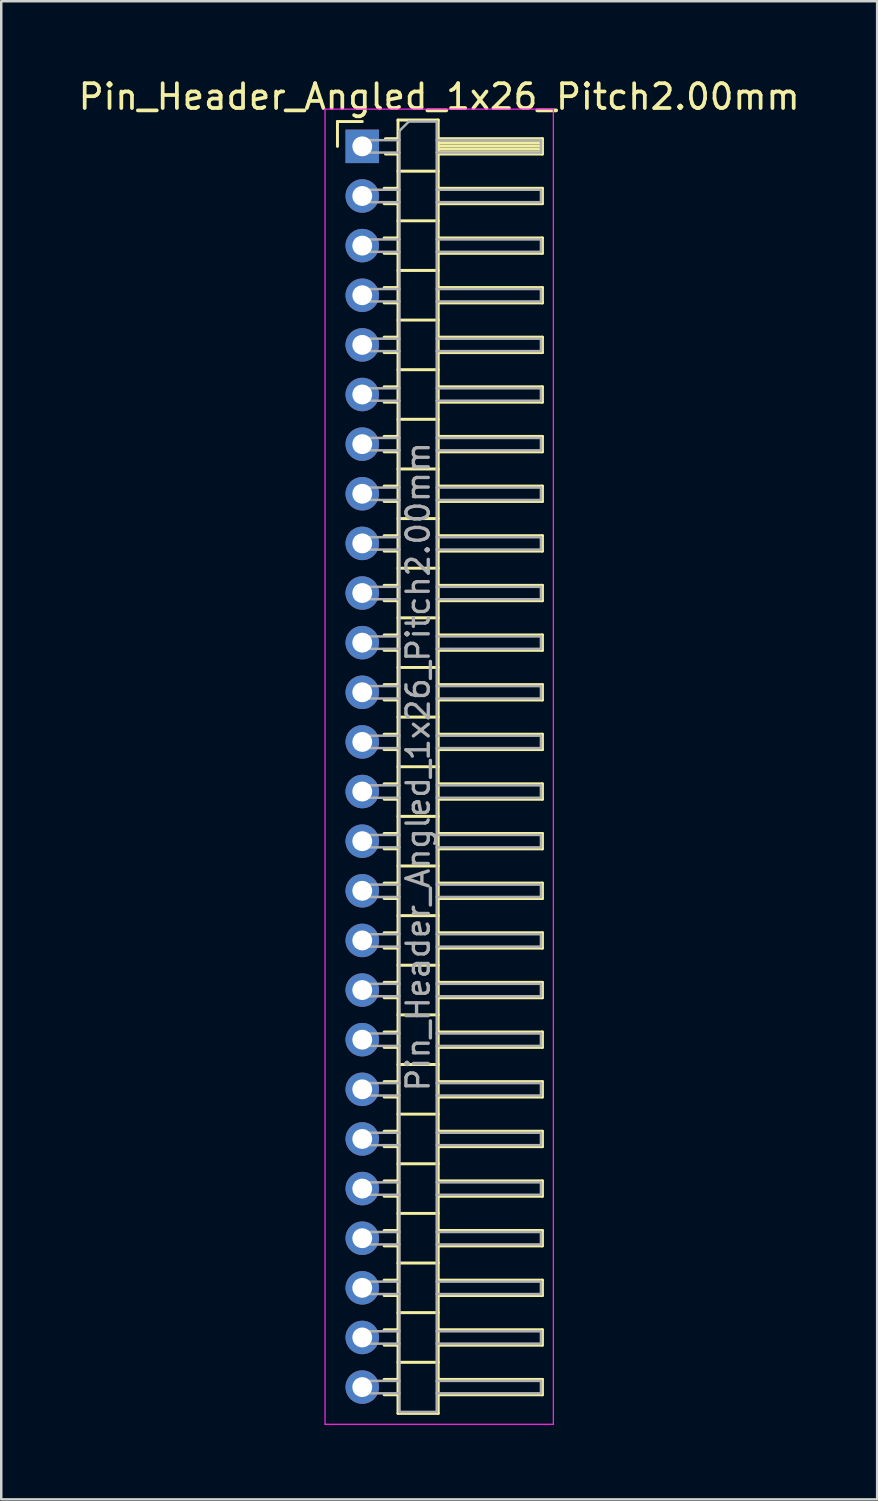
<source format=kicad_pcb>
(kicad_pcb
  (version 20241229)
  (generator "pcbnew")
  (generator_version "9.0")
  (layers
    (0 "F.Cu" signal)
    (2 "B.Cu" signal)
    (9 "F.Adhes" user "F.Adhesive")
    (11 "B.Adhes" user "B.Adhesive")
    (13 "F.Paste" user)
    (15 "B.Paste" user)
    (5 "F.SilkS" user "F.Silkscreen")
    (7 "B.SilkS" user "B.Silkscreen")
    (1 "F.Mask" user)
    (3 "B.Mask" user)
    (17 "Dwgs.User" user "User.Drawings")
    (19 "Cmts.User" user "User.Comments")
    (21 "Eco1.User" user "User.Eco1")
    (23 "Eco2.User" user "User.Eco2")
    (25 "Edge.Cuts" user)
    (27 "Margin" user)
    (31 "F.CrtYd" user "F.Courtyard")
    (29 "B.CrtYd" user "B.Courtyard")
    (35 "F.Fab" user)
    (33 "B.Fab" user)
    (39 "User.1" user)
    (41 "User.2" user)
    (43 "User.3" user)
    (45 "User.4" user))
  (footprint "Pin_Header_Angled_1x26_Pitch2.00mm"
    (layer "F.Cu")
    (at 11.549 2.848)
    (property "Reference" "Pin_Header_Angled_1x26_Pitch2.00mm" (at 3.1 -2 0) (layer "F.SilkS") (effects (font (size 1 1) (thickness 0.15))))
    (attr through_hole)
    (fp_line (start -1 -1) (end 0 -1) (stroke (width 0.12) (type solid)) (layer "F.SilkS"))
    (fp_line (start -1 0) (end -1 -1) (stroke (width 0.12) (type solid)) (layer "F.SilkS"))
    (fp_line (start 0.882 1.69) (end 1.44 1.69) (stroke (width 0.12) (type solid)) (layer "F.SilkS"))
    (fp_line (start 0.882 2.31) (end 1.44 2.31) (stroke (width 0.12) (type solid)) (layer "F.SilkS"))
    (fp_line (start 0.882 3.69) (end 1.44 3.69) (stroke (width 0.12) (type solid)) (layer "F.SilkS"))
    (fp_line (start 0.882 4.31) (end 1.44 4.31) (stroke (width 0.12) (type solid)) (layer "F.SilkS"))
    (fp_line (start 0.882 5.69) (end 1.44 5.69) (stroke (width 0.12) (type solid)) (layer "F.SilkS"))
    (fp_line (start 0.882 6.31) (end 1.44 6.31) (stroke (width 0.12) (type solid)) (layer "F.SilkS"))
    (fp_line (start 0.882 7.69) (end 1.44 7.69) (stroke (width 0.12) (type solid)) (layer "F.SilkS"))
    (fp_line (start 0.882 8.31) (end 1.44 8.31) (stroke (width 0.12) (type solid)) (layer "F.SilkS"))
    (fp_line (start 0.882 9.69) (end 1.44 9.69) (stroke (width 0.12) (type solid)) (layer "F.SilkS"))
    (fp_line (start 0.882 10.31) (end 1.44 10.31) (stroke (width 0.12) (type solid)) (layer "F.SilkS"))
    (fp_line (start 0.882 11.69) (end 1.44 11.69) (stroke (width 0.12) (type solid)) (layer "F.SilkS"))
    (fp_line (start 0.882 12.31) (end 1.44 12.31) (stroke (width 0.12) (type solid)) (layer "F.SilkS"))
    (fp_line (start 0.882 13.69) (end 1.44 13.69) (stroke (width 0.12) (type solid)) (layer "F.SilkS"))
    (fp_line (start 0.882 14.31) (end 1.44 14.31) (stroke (width 0.12) (type solid)) (layer "F.SilkS"))
    (fp_line (start 0.882 15.69) (end 1.44 15.69) (stroke (width 0.12) (type solid)) (layer "F.SilkS"))
    (fp_line (start 0.882 16.31) (end 1.44 16.31) (stroke (width 0.12) (type solid)) (layer "F.SilkS"))
    (fp_line (start 0.882 17.69) (end 1.44 17.69) (stroke (width 0.12) (type solid)) (layer "F.SilkS"))
    (fp_line (start 0.882 18.31) (end 1.44 18.31) (stroke (width 0.12) (type solid)) (layer "F.SilkS"))
    (fp_line (start 0.882 19.69) (end 1.44 19.69) (stroke (width 0.12) (type solid)) (layer "F.SilkS"))
    (fp_line (start 0.882 20.31) (end 1.44 20.31) (stroke (width 0.12) (type solid)) (layer "F.SilkS"))
    (fp_line (start 0.882 21.69) (end 1.44 21.69) (stroke (width 0.12) (type solid)) (layer "F.SilkS"))
    (fp_line (start 0.882 22.31) (end 1.44 22.31) (stroke (width 0.12) (type solid)) (layer "F.SilkS"))
    (fp_line (start 0.882 23.69) (end 1.44 23.69) (stroke (width 0.12) (type solid)) (layer "F.SilkS"))
    (fp_line (start 0.882 24.31) (end 1.44 24.31) (stroke (width 0.12) (type solid)) (layer "F.SilkS"))
    (fp_line (start 0.882 25.69) (end 1.44 25.69) (stroke (width 0.12) (type solid)) (layer "F.SilkS"))
    (fp_line (start 0.882 26.31) (end 1.44 26.31) (stroke (width 0.12) (type solid)) (layer "F.SilkS"))
    (fp_line (start 0.882 27.69) (end 1.44 27.69) (stroke (width 0.12) (type solid)) (layer "F.SilkS"))
    (fp_line (start 0.882 28.31) (end 1.44 28.31) (stroke (width 0.12) (type solid)) (layer "F.SilkS"))
    (fp_line (start 0.882 29.69) (end 1.44 29.69) (stroke (width 0.12) (type solid)) (layer "F.SilkS"))
    (fp_line (start 0.882 30.31) (end 1.44 30.31) (stroke (width 0.12) (type solid)) (layer "F.SilkS"))
    (fp_line (start 0.882 31.69) (end 1.44 31.69) (stroke (width 0.12) (type solid)) (layer "F.SilkS"))
    (fp_line (start 0.882 32.31) (end 1.44 32.31) (stroke (width 0.12) (type solid)) (layer "F.SilkS"))
    (fp_line (start 0.882 33.69) (end 1.44 33.69) (stroke (width 0.12) (type solid)) (layer "F.SilkS"))
    (fp_line (start 0.882 34.31) (end 1.44 34.31) (stroke (width 0.12) (type solid)) (layer "F.SilkS"))
    (fp_line (start 0.882 35.69) (end 1.44 35.69) (stroke (width 0.12) (type solid)) (layer "F.SilkS"))
    (fp_line (start 0.882 36.31) (end 1.44 36.31) (stroke (width 0.12) (type solid)) (layer "F.SilkS"))
    (fp_line (start 0.882 37.69) (end 1.44 37.69) (stroke (width 0.12) (type solid)) (layer "F.SilkS"))
    (fp_line (start 0.882 38.31) (end 1.44 38.31) (stroke (width 0.12) (type solid)) (layer "F.SilkS"))
    (fp_line (start 0.882 39.69) (end 1.44 39.69) (stroke (width 0.12) (type solid)) (layer "F.SilkS"))
    (fp_line (start 0.882 40.31) (end 1.44 40.31) (stroke (width 0.12) (type solid)) (layer "F.SilkS"))
    (fp_line (start 0.882 41.69) (end 1.44 41.69) (stroke (width 0.12) (type solid)) (layer "F.SilkS"))
    (fp_line (start 0.882 42.31) (end 1.44 42.31) (stroke (width 0.12) (type solid)) (layer "F.SilkS"))
    (fp_line (start 0.882 43.69) (end 1.44 43.69) (stroke (width 0.12) (type solid)) (layer "F.SilkS"))
    (fp_line (start 0.882 44.31) (end 1.44 44.31) (stroke (width 0.12) (type solid)) (layer "F.SilkS"))
    (fp_line (start 0.882 45.69) (end 1.44 45.69) (stroke (width 0.12) (type solid)) (layer "F.SilkS"))
    (fp_line (start 0.882 46.31) (end 1.44 46.31) (stroke (width 0.12) (type solid)) (layer "F.SilkS"))
    (fp_line (start 0.882 47.69) (end 1.44 47.69) (stroke (width 0.12) (type solid)) (layer "F.SilkS"))
    (fp_line (start 0.882 48.31) (end 1.44 48.31) (stroke (width 0.12) (type solid)) (layer "F.SilkS"))
    (fp_line (start 0.882 49.69) (end 1.44 49.69) (stroke (width 0.12) (type solid)) (layer "F.SilkS"))
    (fp_line (start 0.882 50.31) (end 1.44 50.31) (stroke (width 0.12) (type solid)) (layer "F.SilkS"))
    (fp_line (start 0.935 -0.31) (end 1.44 -0.31) (stroke (width 0.12) (type solid)) (layer "F.SilkS"))
    (fp_line (start 0.935 0.31) (end 1.44 0.31) (stroke (width 0.12) (type solid)) (layer "F.SilkS"))
    (fp_line (start 1.44 -1.06) (end 1.44 51.06) (stroke (width 0.12) (type solid)) (layer "F.SilkS"))
    (fp_line (start 1.44 1) (end 3.06 1) (stroke (width 0.12) (type solid)) (layer "F.SilkS"))
    (fp_line (start 1.44 3) (end 3.06 3) (stroke (width 0.12) (type solid)) (layer "F.SilkS"))
    (fp_line (start 1.44 5) (end 3.06 5) (stroke (width 0.12) (type solid)) (layer "F.SilkS"))
    (fp_line (start 1.44 7) (end 3.06 7) (stroke (width 0.12) (type solid)) (layer "F.SilkS"))
    (fp_line (start 1.44 9) (end 3.06 9) (stroke (width 0.12) (type solid)) (layer "F.SilkS"))
    (fp_line (start 1.44 11) (end 3.06 11) (stroke (width 0.12) (type solid)) (layer "F.SilkS"))
    (fp_line (start 1.44 13) (end 3.06 13) (stroke (width 0.12) (type solid)) (layer "F.SilkS"))
    (fp_line (start 1.44 15) (end 3.06 15) (stroke (width 0.12) (type solid)) (layer "F.SilkS"))
    (fp_line (start 1.44 17) (end 3.06 17) (stroke (width 0.12) (type solid)) (layer "F.SilkS"))
    (fp_line (start 1.44 19) (end 3.06 19) (stroke (width 0.12) (type solid)) (layer "F.SilkS"))
    (fp_line (start 1.44 21) (end 3.06 21) (stroke (width 0.12) (type solid)) (layer "F.SilkS"))
    (fp_line (start 1.44 23) (end 3.06 23) (stroke (width 0.12) (type solid)) (layer "F.SilkS"))
    (fp_line (start 1.44 25) (end 3.06 25) (stroke (width 0.12) (type solid)) (layer "F.SilkS"))
    (fp_line (start 1.44 27) (end 3.06 27) (stroke (width 0.12) (type solid)) (layer "F.SilkS"))
    (fp_line (start 1.44 29) (end 3.06 29) (stroke (width 0.12) (type solid)) (layer "F.SilkS"))
    (fp_line (start 1.44 31) (end 3.06 31) (stroke (width 0.12) (type solid)) (layer "F.SilkS"))
    (fp_line (start 1.44 33) (end 3.06 33) (stroke (width 0.12) (type solid)) (layer "F.SilkS"))
    (fp_line (start 1.44 35) (end 3.06 35) (stroke (width 0.12) (type solid)) (layer "F.SilkS"))
    (fp_line (start 1.44 37) (end 3.06 37) (stroke (width 0.12) (type solid)) (layer "F.SilkS"))
    (fp_line (start 1.44 39) (end 3.06 39) (stroke (width 0.12) (type solid)) (layer "F.SilkS"))
    (fp_line (start 1.44 41) (end 3.06 41) (stroke (width 0.12) (type solid)) (layer "F.SilkS"))
    (fp_line (start 1.44 43) (end 3.06 43) (stroke (width 0.12) (type solid)) (layer "F.SilkS"))
    (fp_line (start 1.44 45) (end 3.06 45) (stroke (width 0.12) (type solid)) (layer "F.SilkS"))
    (fp_line (start 1.44 47) (end 3.06 47) (stroke (width 0.12) (type solid)) (layer "F.SilkS"))
    (fp_line (start 1.44 49) (end 3.06 49) (stroke (width 0.12) (type solid)) (layer "F.SilkS"))
    (fp_line (start 1.44 51.06) (end 3.06 51.06) (stroke (width 0.12) (type solid)) (layer "F.SilkS"))
    (fp_line (start 3.06 -1.06) (end 1.44 -1.06) (stroke (width 0.12) (type solid)) (layer "F.SilkS"))
    (fp_line (start 3.06 -0.31) (end 7.26 -0.31) (stroke (width 0.12) (type solid)) (layer "F.SilkS"))
    (fp_line (start 3.06 -0.25) (end 7.26 -0.25) (stroke (width 0.12) (type solid)) (layer "F.SilkS"))
    (fp_line (start 3.06 -0.13) (end 7.26 -0.13) (stroke (width 0.12) (type solid)) (layer "F.SilkS"))
    (fp_line (start 3.06 -0.01) (end 7.26 -0.01) (stroke (width 0.12) (type solid)) (layer "F.SilkS"))
    (fp_line (start 3.06 0.11) (end 7.26 0.11) (stroke (width 0.12) (type solid)) (layer "F.SilkS"))
    (fp_line (start 3.06 0.23) (end 7.26 0.23) (stroke (width 0.12) (type solid)) (layer "F.SilkS"))
    (fp_line (start 3.06 1.69) (end 7.26 1.69) (stroke (width 0.12) (type solid)) (layer "F.SilkS"))
    (fp_line (start 3.06 3.69) (end 7.26 3.69) (stroke (width 0.12) (type solid)) (layer "F.SilkS"))
    (fp_line (start 3.06 5.69) (end 7.26 5.69) (stroke (width 0.12) (type solid)) (layer "F.SilkS"))
    (fp_line (start 3.06 7.69) (end 7.26 7.69) (stroke (width 0.12) (type solid)) (layer "F.SilkS"))
    (fp_line (start 3.06 9.69) (end 7.26 9.69) (stroke (width 0.12) (type solid)) (layer "F.SilkS"))
    (fp_line (start 3.06 11.69) (end 7.26 11.69) (stroke (width 0.12) (type solid)) (layer "F.SilkS"))
    (fp_line (start 3.06 13.69) (end 7.26 13.69) (stroke (width 0.12) (type solid)) (layer "F.SilkS"))
    (fp_line (start 3.06 15.69) (end 7.26 15.69) (stroke (width 0.12) (type solid)) (layer "F.SilkS"))
    (fp_line (start 3.06 17.69) (end 7.26 17.69) (stroke (width 0.12) (type solid)) (layer "F.SilkS"))
    (fp_line (start 3.06 19.69) (end 7.26 19.69) (stroke (width 0.12) (type solid)) (layer "F.SilkS"))
    (fp_line (start 3.06 21.69) (end 7.26 21.69) (stroke (width 0.12) (type solid)) (layer "F.SilkS"))
    (fp_line (start 3.06 23.69) (end 7.26 23.69) (stroke (width 0.12) (type solid)) (layer "F.SilkS"))
    (fp_line (start 3.06 25.69) (end 7.26 25.69) (stroke (width 0.12) (type solid)) (layer "F.SilkS"))
    (fp_line (start 3.06 27.69) (end 7.26 27.69) (stroke (width 0.12) (type solid)) (layer "F.SilkS"))
    (fp_line (start 3.06 29.69) (end 7.26 29.69) (stroke (width 0.12) (type solid)) (layer "F.SilkS"))
    (fp_line (start 3.06 31.69) (end 7.26 31.69) (stroke (width 0.12) (type solid)) (layer "F.SilkS"))
    (fp_line (start 3.06 33.69) (end 7.26 33.69) (stroke (width 0.12) (type solid)) (layer "F.SilkS"))
    (fp_line (start 3.06 35.69) (end 7.26 35.69) (stroke (width 0.12) (type solid)) (layer "F.SilkS"))
    (fp_line (start 3.06 37.69) (end 7.26 37.69) (stroke (width 0.12) (type solid)) (layer "F.SilkS"))
    (fp_line (start 3.06 39.69) (end 7.26 39.69) (stroke (width 0.12) (type solid)) (layer "F.SilkS"))
    (fp_line (start 3.06 41.69) (end 7.26 41.69) (stroke (width 0.12) (type solid)) (layer "F.SilkS"))
    (fp_line (start 3.06 43.69) (end 7.26 43.69) (stroke (width 0.12) (type solid)) (layer "F.SilkS"))
    (fp_line (start 3.06 45.69) (end 7.26 45.69) (stroke (width 0.12) (type solid)) (layer "F.SilkS"))
    (fp_line (start 3.06 47.69) (end 7.26 47.69) (stroke (width 0.12) (type solid)) (layer "F.SilkS"))
    (fp_line (start 3.06 49.69) (end 7.26 49.69) (stroke (width 0.12) (type solid)) (layer "F.SilkS"))
    (fp_line (start 3.06 51.06) (end 3.06 -1.06) (stroke (width 0.12) (type solid)) (layer "F.SilkS"))
    (fp_line (start 7.26 -0.31) (end 7.26 0.31) (stroke (width 0.12) (type solid)) (layer "F.SilkS"))
    (fp_line (start 7.26 0.31) (end 3.06 0.31) (stroke (width 0.12) (type solid)) (layer "F.SilkS"))
    (fp_line (start 7.26 1.69) (end 7.26 2.31) (stroke (width 0.12) (type solid)) (layer "F.SilkS"))
    (fp_line (start 7.26 2.31) (end 3.06 2.31) (stroke (width 0.12) (type solid)) (layer "F.SilkS"))
    (fp_line (start 7.26 3.69) (end 7.26 4.31) (stroke (width 0.12) (type solid)) (layer "F.SilkS"))
    (fp_line (start 7.26 4.31) (end 3.06 4.31) (stroke (width 0.12) (type solid)) (layer "F.SilkS"))
    (fp_line (start 7.26 5.69) (end 7.26 6.31) (stroke (width 0.12) (type solid)) (layer "F.SilkS"))
    (fp_line (start 7.26 6.31) (end 3.06 6.31) (stroke (width 0.12) (type solid)) (layer "F.SilkS"))
    (fp_line (start 7.26 7.69) (end 7.26 8.31) (stroke (width 0.12) (type solid)) (layer "F.SilkS"))
    (fp_line (start 7.26 8.31) (end 3.06 8.31) (stroke (width 0.12) (type solid)) (layer "F.SilkS"))
    (fp_line (start 7.26 9.69) (end 7.26 10.31) (stroke (width 0.12) (type solid)) (layer "F.SilkS"))
    (fp_line (start 7.26 10.31) (end 3.06 10.31) (stroke (width 0.12) (type solid)) (layer "F.SilkS"))
    (fp_line (start 7.26 11.69) (end 7.26 12.31) (stroke (width 0.12) (type solid)) (layer "F.SilkS"))
    (fp_line (start 7.26 12.31) (end 3.06 12.31) (stroke (width 0.12) (type solid)) (layer "F.SilkS"))
    (fp_line (start 7.26 13.69) (end 7.26 14.31) (stroke (width 0.12) (type solid)) (layer "F.SilkS"))
    (fp_line (start 7.26 14.31) (end 3.06 14.31) (stroke (width 0.12) (type solid)) (layer "F.SilkS"))
    (fp_line (start 7.26 15.69) (end 7.26 16.31) (stroke (width 0.12) (type solid)) (layer "F.SilkS"))
    (fp_line (start 7.26 16.31) (end 3.06 16.31) (stroke (width 0.12) (type solid)) (layer "F.SilkS"))
    (fp_line (start 7.26 17.69) (end 7.26 18.31) (stroke (width 0.12) (type solid)) (layer "F.SilkS"))
    (fp_line (start 7.26 18.31) (end 3.06 18.31) (stroke (width 0.12) (type solid)) (layer "F.SilkS"))
    (fp_line (start 7.26 19.69) (end 7.26 20.31) (stroke (width 0.12) (type solid)) (layer "F.SilkS"))
    (fp_line (start 7.26 20.31) (end 3.06 20.31) (stroke (width 0.12) (type solid)) (layer "F.SilkS"))
    (fp_line (start 7.26 21.69) (end 7.26 22.31) (stroke (width 0.12) (type solid)) (layer "F.SilkS"))
    (fp_line (start 7.26 22.31) (end 3.06 22.31) (stroke (width 0.12) (type solid)) (layer "F.SilkS"))
    (fp_line (start 7.26 23.69) (end 7.26 24.31) (stroke (width 0.12) (type solid)) (layer "F.SilkS"))
    (fp_line (start 7.26 24.31) (end 3.06 24.31) (stroke (width 0.12) (type solid)) (layer "F.SilkS"))
    (fp_line (start 7.26 25.69) (end 7.26 26.31) (stroke (width 0.12) (type solid)) (layer "F.SilkS"))
    (fp_line (start 7.26 26.31) (end 3.06 26.31) (stroke (width 0.12) (type solid)) (layer "F.SilkS"))
    (fp_line (start 7.26 27.69) (end 7.26 28.31) (stroke (width 0.12) (type solid)) (layer "F.SilkS"))
    (fp_line (start 7.26 28.31) (end 3.06 28.31) (stroke (width 0.12) (type solid)) (layer "F.SilkS"))
    (fp_line (start 7.26 29.69) (end 7.26 30.31) (stroke (width 0.12) (type solid)) (layer "F.SilkS"))
    (fp_line (start 7.26 30.31) (end 3.06 30.31) (stroke (width 0.12) (type solid)) (layer "F.SilkS"))
    (fp_line (start 7.26 31.69) (end 7.26 32.31) (stroke (width 0.12) (type solid)) (layer "F.SilkS"))
    (fp_line (start 7.26 32.31) (end 3.06 32.31) (stroke (width 0.12) (type solid)) (layer "F.SilkS"))
    (fp_line (start 7.26 33.69) (end 7.26 34.31) (stroke (width 0.12) (type solid)) (layer "F.SilkS"))
    (fp_line (start 7.26 34.31) (end 3.06 34.31) (stroke (width 0.12) (type solid)) (layer "F.SilkS"))
    (fp_line (start 7.26 35.69) (end 7.26 36.31) (stroke (width 0.12) (type solid)) (layer "F.SilkS"))
    (fp_line (start 7.26 36.31) (end 3.06 36.31) (stroke (width 0.12) (type solid)) (layer "F.SilkS"))
    (fp_line (start 7.26 37.69) (end 7.26 38.31) (stroke (width 0.12) (type solid)) (layer "F.SilkS"))
    (fp_line (start 7.26 38.31) (end 3.06 38.31) (stroke (width 0.12) (type solid)) (layer "F.SilkS"))
    (fp_line (start 7.26 39.69) (end 7.26 40.31) (stroke (width 0.12) (type solid)) (layer "F.SilkS"))
    (fp_line (start 7.26 40.31) (end 3.06 40.31) (stroke (width 0.12) (type solid)) (layer "F.SilkS"))
    (fp_line (start 7.26 41.69) (end 7.26 42.31) (stroke (width 0.12) (type solid)) (layer "F.SilkS"))
    (fp_line (start 7.26 42.31) (end 3.06 42.31) (stroke (width 0.12) (type solid)) (layer "F.SilkS"))
    (fp_line (start 7.26 43.69) (end 7.26 44.31) (stroke (width 0.12) (type solid)) (layer "F.SilkS"))
    (fp_line (start 7.26 44.31) (end 3.06 44.31) (stroke (width 0.12) (type solid)) (layer "F.SilkS"))
    (fp_line (start 7.26 45.69) (end 7.26 46.31) (stroke (width 0.12) (type solid)) (layer "F.SilkS"))
    (fp_line (start 7.26 46.31) (end 3.06 46.31) (stroke (width 0.12) (type solid)) (layer "F.SilkS"))
    (fp_line (start 7.26 47.69) (end 7.26 48.31) (stroke (width 0.12) (type solid)) (layer "F.SilkS"))
    (fp_line (start 7.26 48.31) (end 3.06 48.31) (stroke (width 0.12) (type solid)) (layer "F.SilkS"))
    (fp_line (start 7.26 49.69) (end 7.26 50.31) (stroke (width 0.12) (type solid)) (layer "F.SilkS"))
    (fp_line (start 7.26 50.31) (end 3.06 50.31) (stroke (width 0.12) (type solid)) (layer "F.SilkS"))
    (fp_line (start -1.5 -1.5) (end -1.5 51.5) (stroke (width 0.05) (type solid)) (layer "F.CrtYd"))
    (fp_line (start -1.5 51.5) (end 7.7 51.5) (stroke (width 0.05) (type solid)) (layer "F.CrtYd"))
    (fp_line (start 7.7 -1.5) (end -1.5 -1.5) (stroke (width 0.05) (type solid)) (layer "F.CrtYd"))
    (fp_line (start 7.7 51.5) (end 7.7 -1.5) (stroke (width 0.05) (type solid)) (layer "F.CrtYd"))
    (fp_line (start -0.25 -0.25) (end -0.25 0.25) (stroke (width 0.1) (type solid)) (layer "F.Fab"))
    (fp_line (start -0.25 -0.25) (end 1.5 -0.25) (stroke (width 0.1) (type solid)) (layer "F.Fab"))
    (fp_line (start -0.25 0.25) (end 1.5 0.25) (stroke (width 0.1) (type solid)) (layer "F.Fab"))
    (fp_line (start -0.25 1.75) (end -0.25 2.25) (stroke (width 0.1) (type solid)) (layer "F.Fab"))
    (fp_line (start -0.25 1.75) (end 1.5 1.75) (stroke (width 0.1) (type solid)) (layer "F.Fab"))
    (fp_line (start -0.25 2.25) (end 1.5 2.25) (stroke (width 0.1) (type solid)) (layer "F.Fab"))
    (fp_line (start -0.25 3.75) (end -0.25 4.25) (stroke (width 0.1) (type solid)) (layer "F.Fab"))
    (fp_line (start -0.25 3.75) (end 1.5 3.75) (stroke (width 0.1) (type solid)) (layer "F.Fab"))
    (fp_line (start -0.25 4.25) (end 1.5 4.25) (stroke (width 0.1) (type solid)) (layer "F.Fab"))
    (fp_line (start -0.25 5.75) (end -0.25 6.25) (stroke (width 0.1) (type solid)) (layer "F.Fab"))
    (fp_line (start -0.25 5.75) (end 1.5 5.75) (stroke (width 0.1) (type solid)) (layer "F.Fab"))
    (fp_line (start -0.25 6.25) (end 1.5 6.25) (stroke (width 0.1) (type solid)) (layer "F.Fab"))
    (fp_line (start -0.25 7.75) (end -0.25 8.25) (stroke (width 0.1) (type solid)) (layer "F.Fab"))
    (fp_line (start -0.25 7.75) (end 1.5 7.75) (stroke (width 0.1) (type solid)) (layer "F.Fab"))
    (fp_line (start -0.25 8.25) (end 1.5 8.25) (stroke (width 0.1) (type solid)) (layer "F.Fab"))
    (fp_line (start -0.25 9.75) (end -0.25 10.25) (stroke (width 0.1) (type solid)) (layer "F.Fab"))
    (fp_line (start -0.25 9.75) (end 1.5 9.75) (stroke (width 0.1) (type solid)) (layer "F.Fab"))
    (fp_line (start -0.25 10.25) (end 1.5 10.25) (stroke (width 0.1) (type solid)) (layer "F.Fab"))
    (fp_line (start -0.25 11.75) (end -0.25 12.25) (stroke (width 0.1) (type solid)) (layer "F.Fab"))
    (fp_line (start -0.25 11.75) (end 1.5 11.75) (stroke (width 0.1) (type solid)) (layer "F.Fab"))
    (fp_line (start -0.25 12.25) (end 1.5 12.25) (stroke (width 0.1) (type solid)) (layer "F.Fab"))
    (fp_line (start -0.25 13.75) (end -0.25 14.25) (stroke (width 0.1) (type solid)) (layer "F.Fab"))
    (fp_line (start -0.25 13.75) (end 1.5 13.75) (stroke (width 0.1) (type solid)) (layer "F.Fab"))
    (fp_line (start -0.25 14.25) (end 1.5 14.25) (stroke (width 0.1) (type solid)) (layer "F.Fab"))
    (fp_line (start -0.25 15.75) (end -0.25 16.25) (stroke (width 0.1) (type solid)) (layer "F.Fab"))
    (fp_line (start -0.25 15.75) (end 1.5 15.75) (stroke (width 0.1) (type solid)) (layer "F.Fab"))
    (fp_line (start -0.25 16.25) (end 1.5 16.25) (stroke (width 0.1) (type solid)) (layer "F.Fab"))
    (fp_line (start -0.25 17.75) (end -0.25 18.25) (stroke (width 0.1) (type solid)) (layer "F.Fab"))
    (fp_line (start -0.25 17.75) (end 1.5 17.75) (stroke (width 0.1) (type solid)) (layer "F.Fab"))
    (fp_line (start -0.25 18.25) (end 1.5 18.25) (stroke (width 0.1) (type solid)) (layer "F.Fab"))
    (fp_line (start -0.25 19.75) (end -0.25 20.25) (stroke (width 0.1) (type solid)) (layer "F.Fab"))
    (fp_line (start -0.25 19.75) (end 1.5 19.75) (stroke (width 0.1) (type solid)) (layer "F.Fab"))
    (fp_line (start -0.25 20.25) (end 1.5 20.25) (stroke (width 0.1) (type solid)) (layer "F.Fab"))
    (fp_line (start -0.25 21.75) (end -0.25 22.25) (stroke (width 0.1) (type solid)) (layer "F.Fab"))
    (fp_line (start -0.25 21.75) (end 1.5 21.75) (stroke (width 0.1) (type solid)) (layer "F.Fab"))
    (fp_line (start -0.25 22.25) (end 1.5 22.25) (stroke (width 0.1) (type solid)) (layer "F.Fab"))
    (fp_line (start -0.25 23.75) (end -0.25 24.25) (stroke (width 0.1) (type solid)) (layer "F.Fab"))
    (fp_line (start -0.25 23.75) (end 1.5 23.75) (stroke (width 0.1) (type solid)) (layer "F.Fab"))
    (fp_line (start -0.25 24.25) (end 1.5 24.25) (stroke (width 0.1) (type solid)) (layer "F.Fab"))
    (fp_line (start -0.25 25.75) (end -0.25 26.25) (stroke (width 0.1) (type solid)) (layer "F.Fab"))
    (fp_line (start -0.25 25.75) (end 1.5 25.75) (stroke (width 0.1) (type solid)) (layer "F.Fab"))
    (fp_line (start -0.25 26.25) (end 1.5 26.25) (stroke (width 0.1) (type solid)) (layer "F.Fab"))
    (fp_line (start -0.25 27.75) (end -0.25 28.25) (stroke (width 0.1) (type solid)) (layer "F.Fab"))
    (fp_line (start -0.25 27.75) (end 1.5 27.75) (stroke (width 0.1) (type solid)) (layer "F.Fab"))
    (fp_line (start -0.25 28.25) (end 1.5 28.25) (stroke (width 0.1) (type solid)) (layer "F.Fab"))
    (fp_line (start -0.25 29.75) (end -0.25 30.25) (stroke (width 0.1) (type solid)) (layer "F.Fab"))
    (fp_line (start -0.25 29.75) (end 1.5 29.75) (stroke (width 0.1) (type solid)) (layer "F.Fab"))
    (fp_line (start -0.25 30.25) (end 1.5 30.25) (stroke (width 0.1) (type solid)) (layer "F.Fab"))
    (fp_line (start -0.25 31.75) (end -0.25 32.25) (stroke (width 0.1) (type solid)) (layer "F.Fab"))
    (fp_line (start -0.25 31.75) (end 1.5 31.75) (stroke (width 0.1) (type solid)) (layer "F.Fab"))
    (fp_line (start -0.25 32.25) (end 1.5 32.25) (stroke (width 0.1) (type solid)) (layer "F.Fab"))
    (fp_line (start -0.25 33.75) (end -0.25 34.25) (stroke (width 0.1) (type solid)) (layer "F.Fab"))
    (fp_line (start -0.25 33.75) (end 1.5 33.75) (stroke (width 0.1) (type solid)) (layer "F.Fab"))
    (fp_line (start -0.25 34.25) (end 1.5 34.25) (stroke (width 0.1) (type solid)) (layer "F.Fab"))
    (fp_line (start -0.25 35.75) (end -0.25 36.25) (stroke (width 0.1) (type solid)) (layer "F.Fab"))
    (fp_line (start -0.25 35.75) (end 1.5 35.75) (stroke (width 0.1) (type solid)) (layer "F.Fab"))
    (fp_line (start -0.25 36.25) (end 1.5 36.25) (stroke (width 0.1) (type solid)) (layer "F.Fab"))
    (fp_line (start -0.25 37.75) (end -0.25 38.25) (stroke (width 0.1) (type solid)) (layer "F.Fab"))
    (fp_line (start -0.25 37.75) (end 1.5 37.75) (stroke (width 0.1) (type solid)) (layer "F.Fab"))
    (fp_line (start -0.25 38.25) (end 1.5 38.25) (stroke (width 0.1) (type solid)) (layer "F.Fab"))
    (fp_line (start -0.25 39.75) (end -0.25 40.25) (stroke (width 0.1) (type solid)) (layer "F.Fab"))
    (fp_line (start -0.25 39.75) (end 1.5 39.75) (stroke (width 0.1) (type solid)) (layer "F.Fab"))
    (fp_line (start -0.25 40.25) (end 1.5 40.25) (stroke (width 0.1) (type solid)) (layer "F.Fab"))
    (fp_line (start -0.25 41.75) (end -0.25 42.25) (stroke (width 0.1) (type solid)) (layer "F.Fab"))
    (fp_line (start -0.25 41.75) (end 1.5 41.75) (stroke (width 0.1) (type solid)) (layer "F.Fab"))
    (fp_line (start -0.25 42.25) (end 1.5 42.25) (stroke (width 0.1) (type solid)) (layer "F.Fab"))
    (fp_line (start -0.25 43.75) (end -0.25 44.25) (stroke (width 0.1) (type solid)) (layer "F.Fab"))
    (fp_line (start -0.25 43.75) (end 1.5 43.75) (stroke (width 0.1) (type solid)) (layer "F.Fab"))
    (fp_line (start -0.25 44.25) (end 1.5 44.25) (stroke (width 0.1) (type solid)) (layer "F.Fab"))
    (fp_line (start -0.25 45.75) (end -0.25 46.25) (stroke (width 0.1) (type solid)) (layer "F.Fab"))
    (fp_line (start -0.25 45.75) (end 1.5 45.75) (stroke (width 0.1) (type solid)) (layer "F.Fab"))
    (fp_line (start -0.25 46.25) (end 1.5 46.25) (stroke (width 0.1) (type solid)) (layer "F.Fab"))
    (fp_line (start -0.25 47.75) (end -0.25 48.25) (stroke (width 0.1) (type solid)) (layer "F.Fab"))
    (fp_line (start -0.25 47.75) (end 1.5 47.75) (stroke (width 0.1) (type solid)) (layer "F.Fab"))
    (fp_line (start -0.25 48.25) (end 1.5 48.25) (stroke (width 0.1) (type solid)) (layer "F.Fab"))
    (fp_line (start -0.25 49.75) (end -0.25 50.25) (stroke (width 0.1) (type solid)) (layer "F.Fab"))
    (fp_line (start -0.25 49.75) (end 1.5 49.75) (stroke (width 0.1) (type solid)) (layer "F.Fab"))
    (fp_line (start -0.25 50.25) (end 1.5 50.25) (stroke (width 0.1) (type solid)) (layer "F.Fab"))
    (fp_line (start 1.5 -0.625) (end 1.875 -1) (stroke (width 0.1) (type solid)) (layer "F.Fab"))
    (fp_line (start 1.5 51) (end 1.5 -0.625) (stroke (width 0.1) (type solid)) (layer "F.Fab"))
    (fp_line (start 1.875 -1) (end 3 -1) (stroke (width 0.1) (type solid)) (layer "F.Fab"))
    (fp_line (start 3 -1) (end 3 51) (stroke (width 0.1) (type solid)) (layer "F.Fab"))
    (fp_line (start 3 -0.25) (end 7.2 -0.25) (stroke (width 0.1) (type solid)) (layer "F.Fab"))
    (fp_line (start 3 0.25) (end 7.2 0.25) (stroke (width 0.1) (type solid)) (layer "F.Fab"))
    (fp_line (start 3 1.75) (end 7.2 1.75) (stroke (width 0.1) (type solid)) (layer "F.Fab"))
    (fp_line (start 3 2.25) (end 7.2 2.25) (stroke (width 0.1) (type solid)) (layer "F.Fab"))
    (fp_line (start 3 3.75) (end 7.2 3.75) (stroke (width 0.1) (type solid)) (layer "F.Fab"))
    (fp_line (start 3 4.25) (end 7.2 4.25) (stroke (width 0.1) (type solid)) (layer "F.Fab"))
    (fp_line (start 3 5.75) (end 7.2 5.75) (stroke (width 0.1) (type solid)) (layer "F.Fab"))
    (fp_line (start 3 6.25) (end 7.2 6.25) (stroke (width 0.1) (type solid)) (layer "F.Fab"))
    (fp_line (start 3 7.75) (end 7.2 7.75) (stroke (width 0.1) (type solid)) (layer "F.Fab"))
    (fp_line (start 3 8.25) (end 7.2 8.25) (stroke (width 0.1) (type solid)) (layer "F.Fab"))
    (fp_line (start 3 9.75) (end 7.2 9.75) (stroke (width 0.1) (type solid)) (layer "F.Fab"))
    (fp_line (start 3 10.25) (end 7.2 10.25) (stroke (width 0.1) (type solid)) (layer "F.Fab"))
    (fp_line (start 3 11.75) (end 7.2 11.75) (stroke (width 0.1) (type solid)) (layer "F.Fab"))
    (fp_line (start 3 12.25) (end 7.2 12.25) (stroke (width 0.1) (type solid)) (layer "F.Fab"))
    (fp_line (start 3 13.75) (end 7.2 13.75) (stroke (width 0.1) (type solid)) (layer "F.Fab"))
    (fp_line (start 3 14.25) (end 7.2 14.25) (stroke (width 0.1) (type solid)) (layer "F.Fab"))
    (fp_line (start 3 15.75) (end 7.2 15.75) (stroke (width 0.1) (type solid)) (layer "F.Fab"))
    (fp_line (start 3 16.25) (end 7.2 16.25) (stroke (width 0.1) (type solid)) (layer "F.Fab"))
    (fp_line (start 3 17.75) (end 7.2 17.75) (stroke (width 0.1) (type solid)) (layer "F.Fab"))
    (fp_line (start 3 18.25) (end 7.2 18.25) (stroke (width 0.1) (type solid)) (layer "F.Fab"))
    (fp_line (start 3 19.75) (end 7.2 19.75) (stroke (width 0.1) (type solid)) (layer "F.Fab"))
    (fp_line (start 3 20.25) (end 7.2 20.25) (stroke (width 0.1) (type solid)) (layer "F.Fab"))
    (fp_line (start 3 21.75) (end 7.2 21.75) (stroke (width 0.1) (type solid)) (layer "F.Fab"))
    (fp_line (start 3 22.25) (end 7.2 22.25) (stroke (width 0.1) (type solid)) (layer "F.Fab"))
    (fp_line (start 3 23.75) (end 7.2 23.75) (stroke (width 0.1) (type solid)) (layer "F.Fab"))
    (fp_line (start 3 24.25) (end 7.2 24.25) (stroke (width 0.1) (type solid)) (layer "F.Fab"))
    (fp_line (start 3 25.75) (end 7.2 25.75) (stroke (width 0.1) (type solid)) (layer "F.Fab"))
    (fp_line (start 3 26.25) (end 7.2 26.25) (stroke (width 0.1) (type solid)) (layer "F.Fab"))
    (fp_line (start 3 27.75) (end 7.2 27.75) (stroke (width 0.1) (type solid)) (layer "F.Fab"))
    (fp_line (start 3 28.25) (end 7.2 28.25) (stroke (width 0.1) (type solid)) (layer "F.Fab"))
    (fp_line (start 3 29.75) (end 7.2 29.75) (stroke (width 0.1) (type solid)) (layer "F.Fab"))
    (fp_line (start 3 30.25) (end 7.2 30.25) (stroke (width 0.1) (type solid)) (layer "F.Fab"))
    (fp_line (start 3 31.75) (end 7.2 31.75) (stroke (width 0.1) (type solid)) (layer "F.Fab"))
    (fp_line (start 3 32.25) (end 7.2 32.25) (stroke (width 0.1) (type solid)) (layer "F.Fab"))
    (fp_line (start 3 33.75) (end 7.2 33.75) (stroke (width 0.1) (type solid)) (layer "F.Fab"))
    (fp_line (start 3 34.25) (end 7.2 34.25) (stroke (width 0.1) (type solid)) (layer "F.Fab"))
    (fp_line (start 3 35.75) (end 7.2 35.75) (stroke (width 0.1) (type solid)) (layer "F.Fab"))
    (fp_line (start 3 36.25) (end 7.2 36.25) (stroke (width 0.1) (type solid)) (layer "F.Fab"))
    (fp_line (start 3 37.75) (end 7.2 37.75) (stroke (width 0.1) (type solid)) (layer "F.Fab"))
    (fp_line (start 3 38.25) (end 7.2 38.25) (stroke (width 0.1) (type solid)) (layer "F.Fab"))
    (fp_line (start 3 39.75) (end 7.2 39.75) (stroke (width 0.1) (type solid)) (layer "F.Fab"))
    (fp_line (start 3 40.25) (end 7.2 40.25) (stroke (width 0.1) (type solid)) (layer "F.Fab"))
    (fp_line (start 3 41.75) (end 7.2 41.75) (stroke (width 0.1) (type solid)) (layer "F.Fab"))
    (fp_line (start 3 42.25) (end 7.2 42.25) (stroke (width 0.1) (type solid)) (layer "F.Fab"))
    (fp_line (start 3 43.75) (end 7.2 43.75) (stroke (width 0.1) (type solid)) (layer "F.Fab"))
    (fp_line (start 3 44.25) (end 7.2 44.25) (stroke (width 0.1) (type solid)) (layer "F.Fab"))
    (fp_line (start 3 45.75) (end 7.2 45.75) (stroke (width 0.1) (type solid)) (layer "F.Fab"))
    (fp_line (start 3 46.25) (end 7.2 46.25) (stroke (width 0.1) (type solid)) (layer "F.Fab"))
    (fp_line (start 3 47.75) (end 7.2 47.75) (stroke (width 0.1) (type solid)) (layer "F.Fab"))
    (fp_line (start 3 48.25) (end 7.2 48.25) (stroke (width 0.1) (type solid)) (layer "F.Fab"))
    (fp_line (start 3 49.75) (end 7.2 49.75) (stroke (width 0.1) (type solid)) (layer "F.Fab"))
    (fp_line (start 3 50.25) (end 7.2 50.25) (stroke (width 0.1) (type solid)) (layer "F.Fab"))
    (fp_line (start 3 51) (end 1.5 51) (stroke (width 0.1) (type solid)) (layer "F.Fab"))
    (fp_line (start 7.2 -0.25) (end 7.2 0.25) (stroke (width 0.1) (type solid)) (layer "F.Fab"))
    (fp_line (start 7.2 1.75) (end 7.2 2.25) (stroke (width 0.1) (type solid)) (layer "F.Fab"))
    (fp_line (start 7.2 3.75) (end 7.2 4.25) (stroke (width 0.1) (type solid)) (layer "F.Fab"))
    (fp_line (start 7.2 5.75) (end 7.2 6.25) (stroke (width 0.1) (type solid)) (layer "F.Fab"))
    (fp_line (start 7.2 7.75) (end 7.2 8.25) (stroke (width 0.1) (type solid)) (layer "F.Fab"))
    (fp_line (start 7.2 9.75) (end 7.2 10.25) (stroke (width 0.1) (type solid)) (layer "F.Fab"))
    (fp_line (start 7.2 11.75) (end 7.2 12.25) (stroke (width 0.1) (type solid)) (layer "F.Fab"))
    (fp_line (start 7.2 13.75) (end 7.2 14.25) (stroke (width 0.1) (type solid)) (layer "F.Fab"))
    (fp_line (start 7.2 15.75) (end 7.2 16.25) (stroke (width 0.1) (type solid)) (layer "F.Fab"))
    (fp_line (start 7.2 17.75) (end 7.2 18.25) (stroke (width 0.1) (type solid)) (layer "F.Fab"))
    (fp_line (start 7.2 19.75) (end 7.2 20.25) (stroke (width 0.1) (type solid)) (layer "F.Fab"))
    (fp_line (start 7.2 21.75) (end 7.2 22.25) (stroke (width 0.1) (type solid)) (layer "F.Fab"))
    (fp_line (start 7.2 23.75) (end 7.2 24.25) (stroke (width 0.1) (type solid)) (layer "F.Fab"))
    (fp_line (start 7.2 25.75) (end 7.2 26.25) (stroke (width 0.1) (type solid)) (layer "F.Fab"))
    (fp_line (start 7.2 27.75) (end 7.2 28.25) (stroke (width 0.1) (type solid)) (layer "F.Fab"))
    (fp_line (start 7.2 29.75) (end 7.2 30.25) (stroke (width 0.1) (type solid)) (layer "F.Fab"))
    (fp_line (start 7.2 31.75) (end 7.2 32.25) (stroke (width 0.1) (type solid)) (layer "F.Fab"))
    (fp_line (start 7.2 33.75) (end 7.2 34.25) (stroke (width 0.1) (type solid)) (layer "F.Fab"))
    (fp_line (start 7.2 35.75) (end 7.2 36.25) (stroke (width 0.1) (type solid)) (layer "F.Fab"))
    (fp_line (start 7.2 37.75) (end 7.2 38.25) (stroke (width 0.1) (type solid)) (layer "F.Fab"))
    (fp_line (start 7.2 39.75) (end 7.2 40.25) (stroke (width 0.1) (type solid)) (layer "F.Fab"))
    (fp_line (start 7.2 41.75) (end 7.2 42.25) (stroke (width 0.1) (type solid)) (layer "F.Fab"))
    (fp_line (start 7.2 43.75) (end 7.2 44.25) (stroke (width 0.1) (type solid)) (layer "F.Fab"))
    (fp_line (start 7.2 45.75) (end 7.2 46.25) (stroke (width 0.1) (type solid)) (layer "F.Fab"))
    (fp_line (start 7.2 47.75) (end 7.2 48.25) (stroke (width 0.1) (type solid)) (layer "F.Fab"))
    (fp_line (start 7.2 49.75) (end 7.2 50.25) (stroke (width 0.1) (type solid)) (layer "F.Fab"))
    (fp_text user "${REFERENCE}" (at 2.25 25 90) (layer "F.Fab") (effects (font (size 0.9 0.9) (thickness 0.135))))
    (pad "1" thru_hole rect (at 0 0) (size 1.35 1.35) (drill 0.8) (layers "*.Cu" "*.Mask"))
    (pad "2" thru_hole oval (at 0 2) (size 1.35 1.35) (drill 0.8) (layers "*.Cu" "*.Mask"))
    (pad "3" thru_hole oval (at 0 4) (size 1.35 1.35) (drill 0.8) (layers "*.Cu" "*.Mask"))
    (pad "4" thru_hole oval (at 0 6) (size 1.35 1.35) (drill 0.8) (layers "*.Cu" "*.Mask"))
    (pad "5" thru_hole oval (at 0 8) (size 1.35 1.35) (drill 0.8) (layers "*.Cu" "*.Mask"))
    (pad "6" thru_hole oval (at 0 10) (size 1.35 1.35) (drill 0.8) (layers "*.Cu" "*.Mask"))
    (pad "7" thru_hole oval (at 0 12) (size 1.35 1.35) (drill 0.8) (layers "*.Cu" "*.Mask"))
    (pad "8" thru_hole oval (at 0 14) (size 1.35 1.35) (drill 0.8) (layers "*.Cu" "*.Mask"))
    (pad "9" thru_hole oval (at 0 16) (size 1.35 1.35) (drill 0.8) (layers "*.Cu" "*.Mask"))
    (pad "10" thru_hole oval (at 0 18) (size 1.35 1.35) (drill 0.8) (layers "*.Cu" "*.Mask"))
    (pad "11" thru_hole oval (at 0 20) (size 1.35 1.35) (drill 0.8) (layers "*.Cu" "*.Mask"))
    (pad "12" thru_hole oval (at 0 22) (size 1.35 1.35) (drill 0.8) (layers "*.Cu" "*.Mask"))
    (pad "13" thru_hole oval (at 0 24) (size 1.35 1.35) (drill 0.8) (layers "*.Cu" "*.Mask"))
    (pad "14" thru_hole oval (at 0 26) (size 1.35 1.35) (drill 0.8) (layers "*.Cu" "*.Mask"))
    (pad "15" thru_hole oval (at 0 28) (size 1.35 1.35) (drill 0.8) (layers "*.Cu" "*.Mask"))
    (pad "16" thru_hole oval (at 0 30) (size 1.35 1.35) (drill 0.8) (layers "*.Cu" "*.Mask"))
    (pad "17" thru_hole oval (at 0 32) (size 1.35 1.35) (drill 0.8) (layers "*.Cu" "*.Mask"))
    (pad "18" thru_hole oval (at 0 34) (size 1.35 1.35) (drill 0.8) (layers "*.Cu" "*.Mask"))
    (pad "19" thru_hole oval (at 0 36) (size 1.35 1.35) (drill 0.8) (layers "*.Cu" "*.Mask"))
    (pad "20" thru_hole oval (at 0 38) (size 1.35 1.35) (drill 0.8) (layers "*.Cu" "*.Mask"))
    (pad "21" thru_hole oval (at 0 40) (size 1.35 1.35) (drill 0.8) (layers "*.Cu" "*.Mask"))
    (pad "22" thru_hole oval (at 0 42) (size 1.35 1.35) (drill 0.8) (layers "*.Cu" "*.Mask"))
    (pad "23" thru_hole oval (at 0 44) (size 1.35 1.35) (drill 0.8) (layers "*.Cu" "*.Mask"))
    (pad "24" thru_hole oval (at 0 46) (size 1.35 1.35) (drill 0.8) (layers "*.Cu" "*.Mask"))
    (pad "25" thru_hole oval (at 0 48) (size 1.35 1.35) (drill 0.8) (layers "*.Cu" "*.Mask"))
    (pad "26" thru_hole oval (at 0 50) (size 1.35 1.35) (drill 0.8) (layers "*.Cu" "*.Mask")))
  (gr_rect
    (start -3 -3)
    (end 32.298 57.373)
    (stroke (width 0.1) (type default))
    (fill no)
    (layer "Edge.Cuts")))
</source>
